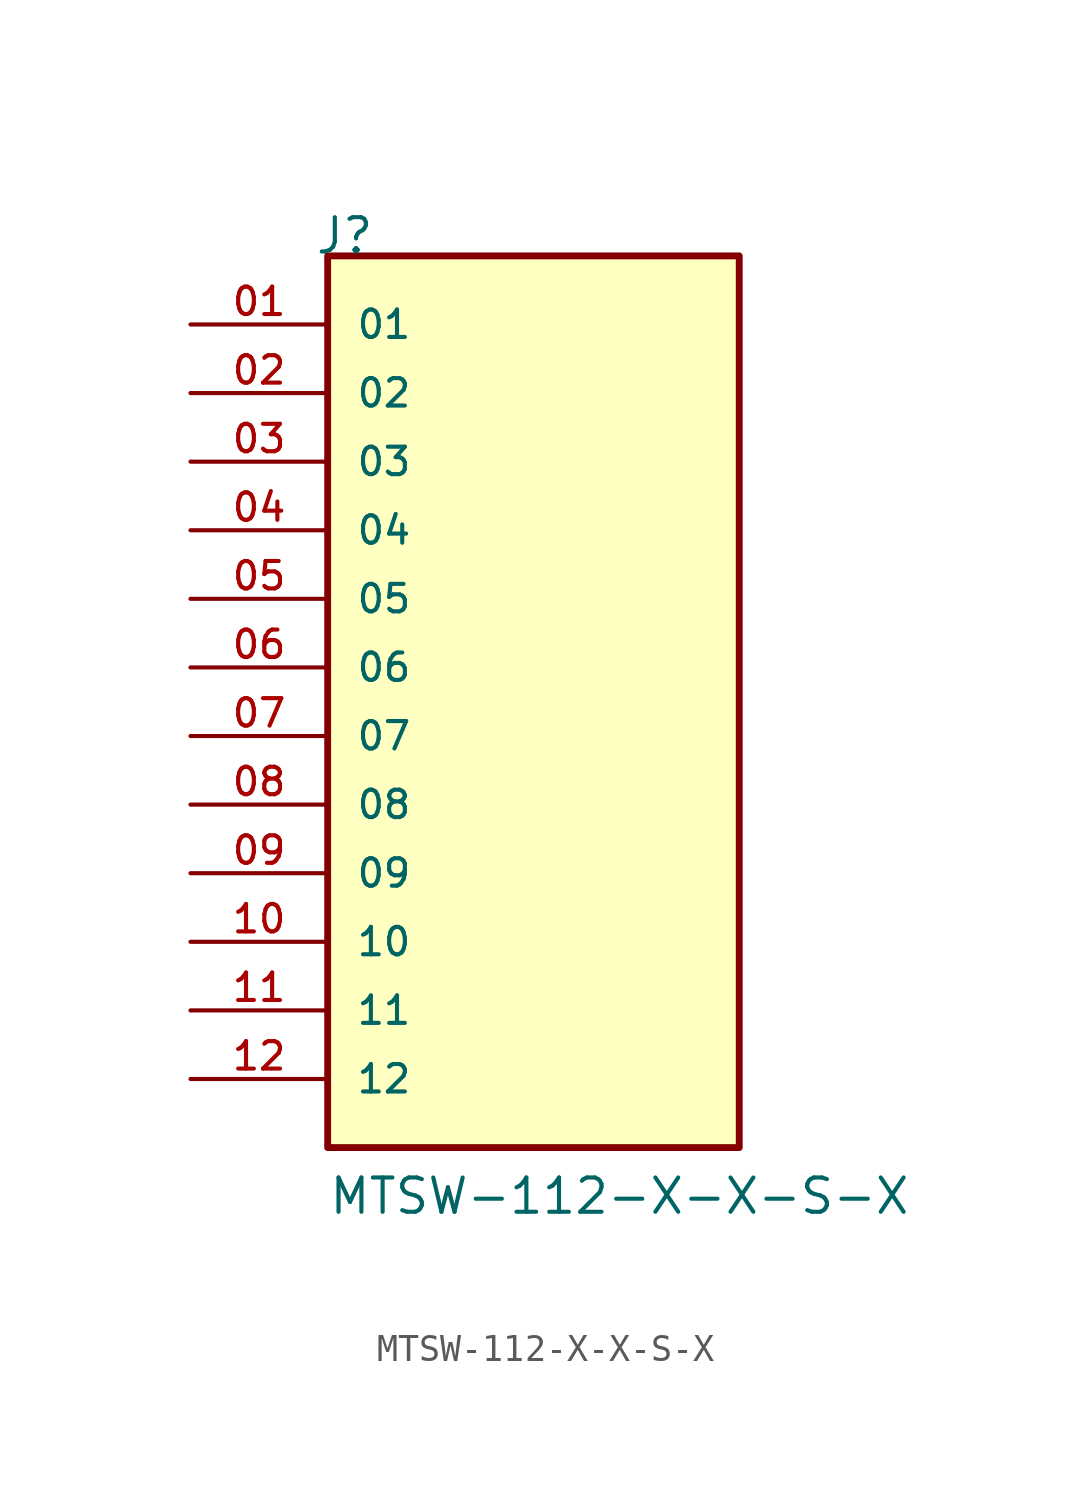
<source format=kicad_sym>
(kicad_symbol_lib
  (version 20211014)
  (generator kicad_symbol_editor)
  (symbol "MTSW-112-X-X-S-X"
    (pin_names
      (offset 1.016))
    (property "Reference" "J"
      (at -8.12 17.78 0)
      (effects (font (size 1.27 1.27)) (justify bottom left)))
    (property "Value" "MTSW-112-X-X-S-X"
      (at -7.62 -17.78 0)
      (effects (font (size 1.27 1.27)) (justify bottom left)))
    (symbol "MTSW-112-X-X-S-X_0_0"
      (rectangle (start -7.62 -15.24) (end 7.62 17.78) (stroke (width 0.254)) (fill (type background)))
      (pin passive line (at -12.7 15.24 0) (length 5.08) (name "01" (effects (font (size 1.016 1.016)))) (number "01" (effects (font (size 1.016 1.016)))))
      (pin passive line (at -12.7 12.7 0) (length 5.08) (name "02" (effects (font (size 1.016 1.016)))) (number "02" (effects (font (size 1.016 1.016)))))
      (pin passive line (at -12.7 10.16 0) (length 5.08) (name "03" (effects (font (size 1.016 1.016)))) (number "03" (effects (font (size 1.016 1.016)))))
      (pin passive line (at -12.7 7.62 0) (length 5.08) (name "04" (effects (font (size 1.016 1.016)))) (number "04" (effects (font (size 1.016 1.016)))))
      (pin passive line (at -12.7 5.08 0) (length 5.08) (name "05" (effects (font (size 1.016 1.016)))) (number "05" (effects (font (size 1.016 1.016)))))
      (pin passive line (at -12.7 2.54 0) (length 5.08) (name "06" (effects (font (size 1.016 1.016)))) (number "06" (effects (font (size 1.016 1.016)))))
      (pin passive line (at -12.7 0.0 0) (length 5.08) (name "07" (effects (font (size 1.016 1.016)))) (number "07" (effects (font (size 1.016 1.016)))))
      (pin passive line (at -12.7 -2.54 0) (length 5.08) (name "08" (effects (font (size 1.016 1.016)))) (number "08" (effects (font (size 1.016 1.016)))))
      (pin passive line (at -12.7 -5.08 0) (length 5.08) (name "09" (effects (font (size 1.016 1.016)))) (number "09" (effects (font (size 1.016 1.016)))))
      (pin passive line (at -12.7 -7.62 0) (length 5.08) (name "10" (effects (font (size 1.016 1.016)))) (number "10" (effects (font (size 1.016 1.016)))))
      (pin passive line (at -12.7 -10.16 0) (length 5.08) (name "11" (effects (font (size 1.016 1.016)))) (number "11" (effects (font (size 1.016 1.016)))))
      (pin passive line (at -12.7 -12.7 0) (length 5.08) (name "12" (effects (font (size 1.016 1.016)))) (number "12" (effects (font (size 1.016 1.016))))))))
</source>
